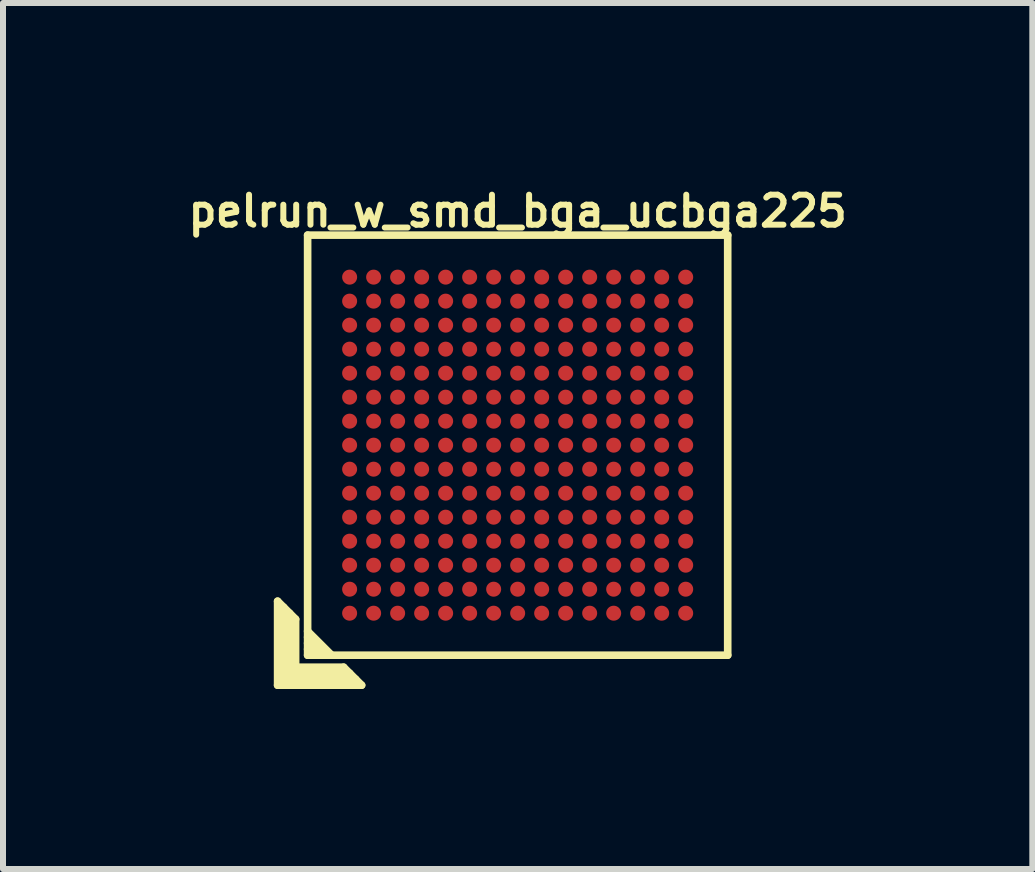
<source format=kicad_pcb>
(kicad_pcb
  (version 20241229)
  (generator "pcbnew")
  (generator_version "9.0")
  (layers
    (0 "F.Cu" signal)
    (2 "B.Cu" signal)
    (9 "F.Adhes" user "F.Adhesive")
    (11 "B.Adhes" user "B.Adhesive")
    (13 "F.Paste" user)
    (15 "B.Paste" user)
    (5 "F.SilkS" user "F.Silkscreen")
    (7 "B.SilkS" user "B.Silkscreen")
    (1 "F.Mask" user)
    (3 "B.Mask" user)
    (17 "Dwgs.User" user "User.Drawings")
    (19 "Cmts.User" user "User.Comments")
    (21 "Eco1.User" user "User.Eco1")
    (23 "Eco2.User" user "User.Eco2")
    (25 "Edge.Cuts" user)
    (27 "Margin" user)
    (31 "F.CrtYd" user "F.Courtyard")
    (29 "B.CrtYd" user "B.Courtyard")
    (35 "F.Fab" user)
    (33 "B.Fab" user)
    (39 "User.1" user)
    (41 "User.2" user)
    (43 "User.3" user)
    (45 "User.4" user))
  (footprint "pelrun_w_smd_bga_ucbga225"
    (layer "F.Cu")
    (at 5.576 4.368)
    (property "Reference" "pelrun_w_smd_bga_ucbga225" (at 0 -3.9 0) (layer "F.SilkS") (effects (font (size 0.5 0.5) (thickness 0.1))))
    (attr through_hole)
    (fp_line (start -4 2.6) (end -3.7 2.9) (stroke (width 0.127) (type solid)) (layer "F.SilkS"))
    (fp_line (start -4 4) (end -4 2.6) (stroke (width 0.127) (type solid)) (layer "F.SilkS"))
    (fp_line (start -3.9 3.9) (end -3.9 2.7) (stroke (width 0.127) (type solid)) (layer "F.SilkS"))
    (fp_line (start -3.8 2.8) (end -3.8 3.8) (stroke (width 0.127) (type solid)) (layer "F.SilkS"))
    (fp_line (start -3.8 3.8) (end -2.8 3.8) (stroke (width 0.127) (type solid)) (layer "F.SilkS"))
    (fp_line (start -3.7 2.9) (end -3.7 3.7) (stroke (width 0.127) (type solid)) (layer "F.SilkS"))
    (fp_line (start -3.7 3.7) (end -2.9 3.7) (stroke (width 0.127) (type solid)) (layer "F.SilkS"))
    (fp_line (start -3.5 -3.5) (end 3.5 -3.5) (stroke (width 0.127) (type solid)) (layer "F.SilkS"))
    (fp_line (start -3.5 3.1) (end -3.1 3.5) (stroke (width 0.127) (type solid)) (layer "F.SilkS"))
    (fp_line (start -3.5 3.2) (end -3.2 3.5) (stroke (width 0.127) (type solid)) (layer "F.SilkS"))
    (fp_line (start -3.5 3.5) (end -3.5 -3.5) (stroke (width 0.127) (type solid)) (layer "F.SilkS"))
    (fp_line (start -3.4 3.5) (end -3.5 3.4) (stroke (width 0.127) (type solid)) (layer "F.SilkS"))
    (fp_line (start -3.3 3.5) (end -3.5 3.3) (stroke (width 0.127) (type solid)) (layer "F.SilkS"))
    (fp_line (start -2.9 3.7) (end -2.6 4) (stroke (width 0.127) (type solid)) (layer "F.SilkS"))
    (fp_line (start -2.7 3.9) (end -3.9 3.9) (stroke (width 0.127) (type solid)) (layer "F.SilkS"))
    (fp_line (start -2.6 4) (end -4 4) (stroke (width 0.127) (type solid)) (layer "F.SilkS"))
    (fp_line (start 3.5 -3.5) (end 3.5 3.5) (stroke (width 0.127) (type solid)) (layer "F.SilkS"))
    (fp_line (start 3.5 3.5) (end -3.5 3.5) (stroke (width 0.127) (type solid)) (layer "F.SilkS"))
    (pad "A1" smd circle (at -2.8 2.8) (size 0.25 0.25) (layers "F.Cu" "F.Mask" "F.Paste"))
    (pad "A2" smd circle (at -2.8 2.4) (size 0.25 0.25) (layers "F.Cu" "F.Mask" "F.Paste"))
    (pad "A3" smd circle (at -2.8 2) (size 0.25 0.25) (layers "F.Cu" "F.Mask" "F.Paste"))
    (pad "A4" smd circle (at -2.8 1.6) (size 0.25 0.25) (layers "F.Cu" "F.Mask" "F.Paste"))
    (pad "A5" smd circle (at -2.8 1.2) (size 0.25 0.25) (layers "F.Cu" "F.Mask" "F.Paste"))
    (pad "A6" smd circle (at -2.8 0.8) (size 0.25 0.25) (layers "F.Cu" "F.Mask" "F.Paste"))
    (pad "A7" smd circle (at -2.8 0.4) (size 0.25 0.25) (layers "F.Cu" "F.Mask" "F.Paste"))
    (pad "A8" smd circle (at -2.8 0) (size 0.25 0.25) (layers "F.Cu" "F.Mask" "F.Paste"))
    (pad "A9" smd circle (at -2.8 -0.4) (size 0.25 0.25) (layers "F.Cu" "F.Mask" "F.Paste"))
    (pad "A10" smd circle (at -2.8 -0.8) (size 0.25 0.25) (layers "F.Cu" "F.Mask" "F.Paste"))
    (pad "A11" smd circle (at -2.8 -1.2) (size 0.25 0.25) (layers "F.Cu" "F.Mask" "F.Paste"))
    (pad "A12" smd circle (at -2.8 -1.6) (size 0.25 0.25) (layers "F.Cu" "F.Mask" "F.Paste"))
    (pad "A13" smd circle (at -2.8 -2) (size 0.25 0.25) (layers "F.Cu" "F.Mask" "F.Paste"))
    (pad "A14" smd circle (at -2.8 -2.4) (size 0.25 0.25) (layers "F.Cu" "F.Mask" "F.Paste"))
    (pad "A15" smd circle (at -2.8 -2.8) (size 0.25 0.25) (layers "F.Cu" "F.Mask" "F.Paste"))
    (pad "B1" smd circle (at -2.4 2.8) (size 0.25 0.25) (layers "F.Cu" "F.Mask" "F.Paste"))
    (pad "B2" smd circle (at -2.4 2.4) (size 0.25 0.25) (layers "F.Cu" "F.Mask" "F.Paste"))
    (pad "B3" smd circle (at -2.4 2) (size 0.25 0.25) (layers "F.Cu" "F.Mask" "F.Paste"))
    (pad "B4" smd circle (at -2.4 1.6) (size 0.25 0.25) (layers "F.Cu" "F.Mask" "F.Paste"))
    (pad "B5" smd circle (at -2.4 1.2) (size 0.25 0.25) (layers "F.Cu" "F.Mask" "F.Paste"))
    (pad "B6" smd circle (at -2.4 0.8) (size 0.25 0.25) (layers "F.Cu" "F.Mask" "F.Paste"))
    (pad "B7" smd circle (at -2.4 0.4) (size 0.25 0.25) (layers "F.Cu" "F.Mask" "F.Paste"))
    (pad "B8" smd circle (at -2.4 0) (size 0.25 0.25) (layers "F.Cu" "F.Mask" "F.Paste"))
    (pad "B9" smd circle (at -2.4 -0.4) (size 0.25 0.25) (layers "F.Cu" "F.Mask" "F.Paste"))
    (pad "B10" smd circle (at -2.4 -0.8) (size 0.25 0.25) (layers "F.Cu" "F.Mask" "F.Paste"))
    (pad "B11" smd circle (at -2.4 -1.2) (size 0.25 0.25) (layers "F.Cu" "F.Mask" "F.Paste"))
    (pad "B12" smd circle (at -2.4 -1.6) (size 0.25 0.25) (layers "F.Cu" "F.Mask" "F.Paste"))
    (pad "B13" smd circle (at -2.4 -2) (size 0.25 0.25) (layers "F.Cu" "F.Mask" "F.Paste"))
    (pad "B14" smd circle (at -2.4 -2.4) (size 0.25 0.25) (layers "F.Cu" "F.Mask" "F.Paste"))
    (pad "B15" smd circle (at -2.4 -2.8) (size 0.25 0.25) (layers "F.Cu" "F.Mask" "F.Paste"))
    (pad "C1" smd circle (at -2 2.8) (size 0.25 0.25) (layers "F.Cu" "F.Mask" "F.Paste"))
    (pad "C2" smd circle (at -2 2.4) (size 0.25 0.25) (layers "F.Cu" "F.Mask" "F.Paste"))
    (pad "C3" smd circle (at -2 2) (size 0.25 0.25) (layers "F.Cu" "F.Mask" "F.Paste"))
    (pad "C4" smd circle (at -2 1.6) (size 0.25 0.25) (layers "F.Cu" "F.Mask" "F.Paste"))
    (pad "C5" smd circle (at -2 1.2) (size 0.25 0.25) (layers "F.Cu" "F.Mask" "F.Paste"))
    (pad "C6" smd circle (at -2 0.8) (size 0.25 0.25) (layers "F.Cu" "F.Mask" "F.Paste"))
    (pad "C7" smd circle (at -2 0.4) (size 0.25 0.25) (layers "F.Cu" "F.Mask" "F.Paste"))
    (pad "C8" smd circle (at -2 0) (size 0.25 0.25) (layers "F.Cu" "F.Mask" "F.Paste"))
    (pad "C9" smd circle (at -2 -0.4) (size 0.25 0.25) (layers "F.Cu" "F.Mask" "F.Paste"))
    (pad "C10" smd circle (at -2 -0.8) (size 0.25 0.25) (layers "F.Cu" "F.Mask" "F.Paste"))
    (pad "C11" smd circle (at -2 -1.2) (size 0.25 0.25) (layers "F.Cu" "F.Mask" "F.Paste"))
    (pad "C12" smd circle (at -2 -1.6) (size 0.25 0.25) (layers "F.Cu" "F.Mask" "F.Paste"))
    (pad "C13" smd circle (at -2 -2) (size 0.25 0.25) (layers "F.Cu" "F.Mask" "F.Paste"))
    (pad "C14" smd circle (at -2 -2.4) (size 0.25 0.25) (layers "F.Cu" "F.Mask" "F.Paste"))
    (pad "C15" smd circle (at -2 -2.8) (size 0.25 0.25) (layers "F.Cu" "F.Mask" "F.Paste"))
    (pad "D1" smd circle (at -1.6 2.8) (size 0.25 0.25) (layers "F.Cu" "F.Mask" "F.Paste"))
    (pad "D2" smd circle (at -1.6 2.4) (size 0.25 0.25) (layers "F.Cu" "F.Mask" "F.Paste"))
    (pad "D3" smd circle (at -1.6 2) (size 0.25 0.25) (layers "F.Cu" "F.Mask" "F.Paste"))
    (pad "D4" smd circle (at -1.6 1.6) (size 0.25 0.25) (layers "F.Cu" "F.Mask" "F.Paste"))
    (pad "D5" smd circle (at -1.6 1.2) (size 0.25 0.25) (layers "F.Cu" "F.Mask" "F.Paste"))
    (pad "D6" smd circle (at -1.6 0.8) (size 0.25 0.25) (layers "F.Cu" "F.Mask" "F.Paste"))
    (pad "D7" smd circle (at -1.6 0.4) (size 0.25 0.25) (layers "F.Cu" "F.Mask" "F.Paste"))
    (pad "D8" smd circle (at -1.6 0) (size 0.25 0.25) (layers "F.Cu" "F.Mask" "F.Paste"))
    (pad "D9" smd circle (at -1.6 -0.4) (size 0.25 0.25) (layers "F.Cu" "F.Mask" "F.Paste"))
    (pad "D10" smd circle (at -1.6 -0.8) (size 0.25 0.25) (layers "F.Cu" "F.Mask" "F.Paste"))
    (pad "D11" smd circle (at -1.6 -1.2) (size 0.25 0.25) (layers "F.Cu" "F.Mask" "F.Paste"))
    (pad "D12" smd circle (at -1.6 -1.6) (size 0.25 0.25) (layers "F.Cu" "F.Mask" "F.Paste"))
    (pad "D13" smd circle (at -1.6 -2) (size 0.25 0.25) (layers "F.Cu" "F.Mask" "F.Paste"))
    (pad "D14" smd circle (at -1.6 -2.4) (size 0.25 0.25) (layers "F.Cu" "F.Mask" "F.Paste"))
    (pad "D15" smd circle (at -1.6 -2.8) (size 0.25 0.25) (layers "F.Cu" "F.Mask" "F.Paste"))
    (pad "E1" smd circle (at -1.2 2.8) (size 0.25 0.25) (layers "F.Cu" "F.Mask" "F.Paste"))
    (pad "E2" smd circle (at -1.2 2.4) (size 0.25 0.25) (layers "F.Cu" "F.Mask" "F.Paste"))
    (pad "E3" smd circle (at -1.2 2) (size 0.25 0.25) (layers "F.Cu" "F.Mask" "F.Paste"))
    (pad "E4" smd circle (at -1.2 1.6) (size 0.25 0.25) (layers "F.Cu" "F.Mask" "F.Paste"))
    (pad "E5" smd circle (at -1.2 1.2) (size 0.25 0.25) (layers "F.Cu" "F.Mask" "F.Paste"))
    (pad "E6" smd circle (at -1.2 0.8) (size 0.25 0.25) (layers "F.Cu" "F.Mask" "F.Paste"))
    (pad "E7" smd circle (at -1.2 0.4) (size 0.25 0.25) (layers "F.Cu" "F.Mask" "F.Paste"))
    (pad "E8" smd circle (at -1.2 0) (size 0.25 0.25) (layers "F.Cu" "F.Mask" "F.Paste"))
    (pad "E9" smd circle (at -1.2 -0.4) (size 0.25 0.25) (layers "F.Cu" "F.Mask" "F.Paste"))
    (pad "E10" smd circle (at -1.2 -0.8) (size 0.25 0.25) (layers "F.Cu" "F.Mask" "F.Paste"))
    (pad "E11" smd circle (at -1.2 -1.2) (size 0.25 0.25) (layers "F.Cu" "F.Mask" "F.Paste"))
    (pad "E12" smd circle (at -1.2 -1.6) (size 0.25 0.25) (layers "F.Cu" "F.Mask" "F.Paste"))
    (pad "E13" smd circle (at -1.2 -2) (size 0.25 0.25) (layers "F.Cu" "F.Mask" "F.Paste"))
    (pad "E14" smd circle (at -1.2 -2.4) (size 0.25 0.25) (layers "F.Cu" "F.Mask" "F.Paste"))
    (pad "E15" smd circle (at -1.2 -2.8) (size 0.25 0.25) (layers "F.Cu" "F.Mask" "F.Paste"))
    (pad "F1" smd circle (at -0.8 2.8) (size 0.25 0.25) (layers "F.Cu" "F.Mask" "F.Paste"))
    (pad "F2" smd circle (at -0.8 2.4) (size 0.25 0.25) (layers "F.Cu" "F.Mask" "F.Paste"))
    (pad "F3" smd circle (at -0.8 2) (size 0.25 0.25) (layers "F.Cu" "F.Mask" "F.Paste"))
    (pad "F4" smd circle (at -0.8 1.6) (size 0.25 0.25) (layers "F.Cu" "F.Mask" "F.Paste"))
    (pad "F5" smd circle (at -0.8 1.2) (size 0.25 0.25) (layers "F.Cu" "F.Mask" "F.Paste"))
    (pad "F6" smd circle (at -0.8 0.8) (size 0.25 0.25) (layers "F.Cu" "F.Mask" "F.Paste"))
    (pad "F7" smd circle (at -0.8 0.4) (size 0.25 0.25) (layers "F.Cu" "F.Mask" "F.Paste"))
    (pad "F8" smd circle (at -0.8 0) (size 0.25 0.25) (layers "F.Cu" "F.Mask" "F.Paste"))
    (pad "F9" smd circle (at -0.8 -0.4) (size 0.25 0.25) (layers "F.Cu" "F.Mask" "F.Paste"))
    (pad "F10" smd circle (at -0.8 -0.8) (size 0.25 0.25) (layers "F.Cu" "F.Mask" "F.Paste"))
    (pad "F11" smd circle (at -0.8 -1.2) (size 0.25 0.25) (layers "F.Cu" "F.Mask" "F.Paste"))
    (pad "F12" smd circle (at -0.8 -1.6) (size 0.25 0.25) (layers "F.Cu" "F.Mask" "F.Paste"))
    (pad "F13" smd circle (at -0.8 -2) (size 0.25 0.25) (layers "F.Cu" "F.Mask" "F.Paste"))
    (pad "F14" smd circle (at -0.8 -2.4) (size 0.25 0.25) (layers "F.Cu" "F.Mask" "F.Paste"))
    (pad "F15" smd circle (at -0.8 -2.8) (size 0.25 0.25) (layers "F.Cu" "F.Mask" "F.Paste"))
    (pad "G1" smd circle (at -0.4 2.8) (size 0.25 0.25) (layers "F.Cu" "F.Mask" "F.Paste"))
    (pad "G2" smd circle (at -0.4 2.4) (size 0.25 0.25) (layers "F.Cu" "F.Mask" "F.Paste"))
    (pad "G3" smd circle (at -0.4 2) (size 0.25 0.25) (layers "F.Cu" "F.Mask" "F.Paste"))
    (pad "G4" smd circle (at -0.4 1.6) (size 0.25 0.25) (layers "F.Cu" "F.Mask" "F.Paste"))
    (pad "G5" smd circle (at -0.4 1.2) (size 0.25 0.25) (layers "F.Cu" "F.Mask" "F.Paste"))
    (pad "G6" smd circle (at -0.4 0.8) (size 0.25 0.25) (layers "F.Cu" "F.Mask" "F.Paste"))
    (pad "G7" smd circle (at -0.4 0.4) (size 0.25 0.25) (layers "F.Cu" "F.Mask" "F.Paste"))
    (pad "G8" smd circle (at -0.4 0) (size 0.25 0.25) (layers "F.Cu" "F.Mask" "F.Paste"))
    (pad "G9" smd circle (at -0.4 -0.4) (size 0.25 0.25) (layers "F.Cu" "F.Mask" "F.Paste"))
    (pad "G10" smd circle (at -0.4 -0.8) (size 0.25 0.25) (layers "F.Cu" "F.Mask" "F.Paste"))
    (pad "G11" smd circle (at -0.4 -1.2) (size 0.25 0.25) (layers "F.Cu" "F.Mask" "F.Paste"))
    (pad "G12" smd circle (at -0.4 -1.6) (size 0.25 0.25) (layers "F.Cu" "F.Mask" "F.Paste"))
    (pad "G13" smd circle (at -0.4 -2) (size 0.25 0.25) (layers "F.Cu" "F.Mask" "F.Paste"))
    (pad "G14" smd circle (at -0.4 -2.4) (size 0.25 0.25) (layers "F.Cu" "F.Mask" "F.Paste"))
    (pad "G15" smd circle (at -0.4 -2.8) (size 0.25 0.25) (layers "F.Cu" "F.Mask" "F.Paste"))
    (pad "H1" smd circle (at 0 2.8) (size 0.25 0.25) (layers "F.Cu" "F.Mask" "F.Paste"))
    (pad "H2" smd circle (at 0 2.4) (size 0.25 0.25) (layers "F.Cu" "F.Mask" "F.Paste"))
    (pad "H3" smd circle (at 0 2) (size 0.25 0.25) (layers "F.Cu" "F.Mask" "F.Paste"))
    (pad "H4" smd circle (at 0 1.6) (size 0.25 0.25) (layers "F.Cu" "F.Mask" "F.Paste"))
    (pad "H5" smd circle (at 0 1.2) (size 0.25 0.25) (layers "F.Cu" "F.Mask" "F.Paste"))
    (pad "H6" smd circle (at 0 0.8) (size 0.25 0.25) (layers "F.Cu" "F.Mask" "F.Paste"))
    (pad "H7" smd circle (at 0 0.4) (size 0.25 0.25) (layers "F.Cu" "F.Mask" "F.Paste"))
    (pad "H8" smd circle (at 0 0) (size 0.25 0.25) (layers "F.Cu" "F.Mask" "F.Paste"))
    (pad "H9" smd circle (at 0 -0.4) (size 0.25 0.25) (layers "F.Cu" "F.Mask" "F.Paste"))
    (pad "H10" smd circle (at 0 -0.8) (size 0.25 0.25) (layers "F.Cu" "F.Mask" "F.Paste"))
    (pad "H11" smd circle (at 0 -1.2) (size 0.25 0.25) (layers "F.Cu" "F.Mask" "F.Paste"))
    (pad "H12" smd circle (at 0 -1.6) (size 0.25 0.25) (layers "F.Cu" "F.Mask" "F.Paste"))
    (pad "H13" smd circle (at 0 -2) (size 0.25 0.25) (layers "F.Cu" "F.Mask" "F.Paste"))
    (pad "H14" smd circle (at 0 -2.4) (size 0.25 0.25) (layers "F.Cu" "F.Mask" "F.Paste"))
    (pad "H15" smd circle (at 0 -2.8) (size 0.25 0.25) (layers "F.Cu" "F.Mask" "F.Paste"))
    (pad "J1" smd circle (at 0.4 2.8) (size 0.25 0.25) (layers "F.Cu" "F.Mask" "F.Paste"))
    (pad "J2" smd circle (at 0.4 2.4) (size 0.25 0.25) (layers "F.Cu" "F.Mask" "F.Paste"))
    (pad "J3" smd circle (at 0.4 2) (size 0.25 0.25) (layers "F.Cu" "F.Mask" "F.Paste"))
    (pad "J4" smd circle (at 0.4 1.6) (size 0.25 0.25) (layers "F.Cu" "F.Mask" "F.Paste"))
    (pad "J5" smd circle (at 0.4 1.2) (size 0.25 0.25) (layers "F.Cu" "F.Mask" "F.Paste"))
    (pad "J6" smd circle (at 0.4 0.8) (size 0.25 0.25) (layers "F.Cu" "F.Mask" "F.Paste"))
    (pad "J7" smd circle (at 0.4 0.4) (size 0.25 0.25) (layers "F.Cu" "F.Mask" "F.Paste"))
    (pad "J8" smd circle (at 0.4 0) (size 0.25 0.25) (layers "F.Cu" "F.Mask" "F.Paste"))
    (pad "J9" smd circle (at 0.4 -0.4) (size 0.25 0.25) (layers "F.Cu" "F.Mask" "F.Paste"))
    (pad "J10" smd circle (at 0.4 -0.8) (size 0.25 0.25) (layers "F.Cu" "F.Mask" "F.Paste"))
    (pad "J11" smd circle (at 0.4 -1.2) (size 0.25 0.25) (layers "F.Cu" "F.Mask" "F.Paste"))
    (pad "J12" smd circle (at 0.4 -1.6) (size 0.25 0.25) (layers "F.Cu" "F.Mask" "F.Paste"))
    (pad "J13" smd circle (at 0.4 -2) (size 0.25 0.25) (layers "F.Cu" "F.Mask" "F.Paste"))
    (pad "J14" smd circle (at 0.4 -2.4) (size 0.25 0.25) (layers "F.Cu" "F.Mask" "F.Paste"))
    (pad "J15" smd circle (at 0.4 -2.8) (size 0.25 0.25) (layers "F.Cu" "F.Mask" "F.Paste"))
    (pad "K1" smd circle (at 0.8 2.8) (size 0.25 0.25) (layers "F.Cu" "F.Mask" "F.Paste"))
    (pad "K2" smd circle (at 0.8 2.4) (size 0.25 0.25) (layers "F.Cu" "F.Mask" "F.Paste"))
    (pad "K3" smd circle (at 0.8 2) (size 0.25 0.25) (layers "F.Cu" "F.Mask" "F.Paste"))
    (pad "K4" smd circle (at 0.8 1.6) (size 0.25 0.25) (layers "F.Cu" "F.Mask" "F.Paste"))
    (pad "K5" smd circle (at 0.8 1.2) (size 0.25 0.25) (layers "F.Cu" "F.Mask" "F.Paste"))
    (pad "K6" smd circle (at 0.8 0.8) (size 0.25 0.25) (layers "F.Cu" "F.Mask" "F.Paste"))
    (pad "K7" smd circle (at 0.8 0.4) (size 0.25 0.25) (layers "F.Cu" "F.Mask" "F.Paste"))
    (pad "K8" smd circle (at 0.8 0) (size 0.25 0.25) (layers "F.Cu" "F.Mask" "F.Paste"))
    (pad "K9" smd circle (at 0.8 -0.4) (size 0.25 0.25) (layers "F.Cu" "F.Mask" "F.Paste"))
    (pad "K10" smd circle (at 0.8 -0.8) (size 0.25 0.25) (layers "F.Cu" "F.Mask" "F.Paste"))
    (pad "K11" smd circle (at 0.8 -1.2) (size 0.25 0.25) (layers "F.Cu" "F.Mask" "F.Paste"))
    (pad "K12" smd circle (at 0.8 -1.6) (size 0.25 0.25) (layers "F.Cu" "F.Mask" "F.Paste"))
    (pad "K13" smd circle (at 0.8 -2) (size 0.25 0.25) (layers "F.Cu" "F.Mask" "F.Paste"))
    (pad "K14" smd circle (at 0.8 -2.4) (size 0.25 0.25) (layers "F.Cu" "F.Mask" "F.Paste"))
    (pad "K15" smd circle (at 0.8 -2.8) (size 0.25 0.25) (layers "F.Cu" "F.Mask" "F.Paste"))
    (pad "L1" smd circle (at 1.2 2.8) (size 0.25 0.25) (layers "F.Cu" "F.Mask" "F.Paste"))
    (pad "L2" smd circle (at 1.2 2.4) (size 0.25 0.25) (layers "F.Cu" "F.Mask" "F.Paste"))
    (pad "L3" smd circle (at 1.2 2) (size 0.25 0.25) (layers "F.Cu" "F.Mask" "F.Paste"))
    (pad "L4" smd circle (at 1.2 1.6) (size 0.25 0.25) (layers "F.Cu" "F.Mask" "F.Paste"))
    (pad "L5" smd circle (at 1.2 1.2) (size 0.25 0.25) (layers "F.Cu" "F.Mask" "F.Paste"))
    (pad "L6" smd circle (at 1.2 0.8) (size 0.25 0.25) (layers "F.Cu" "F.Mask" "F.Paste"))
    (pad "L7" smd circle (at 1.2 0.4) (size 0.25 0.25) (layers "F.Cu" "F.Mask" "F.Paste"))
    (pad "L8" smd circle (at 1.2 0) (size 0.25 0.25) (layers "F.Cu" "F.Mask" "F.Paste"))
    (pad "L9" smd circle (at 1.2 -0.4) (size 0.25 0.25) (layers "F.Cu" "F.Mask" "F.Paste"))
    (pad "L10" smd circle (at 1.2 -0.8) (size 0.25 0.25) (layers "F.Cu" "F.Mask" "F.Paste"))
    (pad "L11" smd circle (at 1.2 -1.2) (size 0.25 0.25) (layers "F.Cu" "F.Mask" "F.Paste"))
    (pad "L12" smd circle (at 1.2 -1.6) (size 0.25 0.25) (layers "F.Cu" "F.Mask" "F.Paste"))
    (pad "L13" smd circle (at 1.2 -2) (size 0.25 0.25) (layers "F.Cu" "F.Mask" "F.Paste"))
    (pad "L14" smd circle (at 1.2 -2.4) (size 0.25 0.25) (layers "F.Cu" "F.Mask" "F.Paste"))
    (pad "L15" smd circle (at 1.2 -2.8) (size 0.25 0.25) (layers "F.Cu" "F.Mask" "F.Paste"))
    (pad "M1" smd circle (at 1.6 2.8) (size 0.25 0.25) (layers "F.Cu" "F.Mask" "F.Paste"))
    (pad "M2" smd circle (at 1.6 2.4) (size 0.25 0.25) (layers "F.Cu" "F.Mask" "F.Paste"))
    (pad "M3" smd circle (at 1.6 2) (size 0.25 0.25) (layers "F.Cu" "F.Mask" "F.Paste"))
    (pad "M4" smd circle (at 1.6 1.6) (size 0.25 0.25) (layers "F.Cu" "F.Mask" "F.Paste"))
    (pad "M5" smd circle (at 1.6 1.2) (size 0.25 0.25) (layers "F.Cu" "F.Mask" "F.Paste"))
    (pad "M6" smd circle (at 1.6 0.8) (size 0.25 0.25) (layers "F.Cu" "F.Mask" "F.Paste"))
    (pad "M7" smd circle (at 1.6 0.4) (size 0.25 0.25) (layers "F.Cu" "F.Mask" "F.Paste"))
    (pad "M8" smd circle (at 1.6 0) (size 0.25 0.25) (layers "F.Cu" "F.Mask" "F.Paste"))
    (pad "M9" smd circle (at 1.6 -0.4) (size 0.25 0.25) (layers "F.Cu" "F.Mask" "F.Paste"))
    (pad "M10" smd circle (at 1.6 -0.8) (size 0.25 0.25) (layers "F.Cu" "F.Mask" "F.Paste"))
    (pad "M11" smd circle (at 1.6 -1.2) (size 0.25 0.25) (layers "F.Cu" "F.Mask" "F.Paste"))
    (pad "M12" smd circle (at 1.6 -1.6) (size 0.25 0.25) (layers "F.Cu" "F.Mask" "F.Paste"))
    (pad "M13" smd circle (at 1.6 -2) (size 0.25 0.25) (layers "F.Cu" "F.Mask" "F.Paste"))
    (pad "M14" smd circle (at 1.6 -2.4) (size 0.25 0.25) (layers "F.Cu" "F.Mask" "F.Paste"))
    (pad "M15" smd circle (at 1.6 -2.8) (size 0.25 0.25) (layers "F.Cu" "F.Mask" "F.Paste"))
    (pad "N1" smd circle (at 2 2.8) (size 0.25 0.25) (layers "F.Cu" "F.Mask" "F.Paste"))
    (pad "N2" smd circle (at 2 2.4) (size 0.25 0.25) (layers "F.Cu" "F.Mask" "F.Paste"))
    (pad "N3" smd circle (at 2 2) (size 0.25 0.25) (layers "F.Cu" "F.Mask" "F.Paste"))
    (pad "N4" smd circle (at 2 1.6) (size 0.25 0.25) (layers "F.Cu" "F.Mask" "F.Paste"))
    (pad "N5" smd circle (at 2 1.2) (size 0.25 0.25) (layers "F.Cu" "F.Mask" "F.Paste"))
    (pad "N6" smd circle (at 2 0.8) (size 0.25 0.25) (layers "F.Cu" "F.Mask" "F.Paste"))
    (pad "N7" smd circle (at 2 0.4) (size 0.25 0.25) (layers "F.Cu" "F.Mask" "F.Paste"))
    (pad "N8" smd circle (at 2 0) (size 0.25 0.25) (layers "F.Cu" "F.Mask" "F.Paste"))
    (pad "N9" smd circle (at 2 -0.4) (size 0.25 0.25) (layers "F.Cu" "F.Mask" "F.Paste"))
    (pad "N10" smd circle (at 2 -0.8) (size 0.25 0.25) (layers "F.Cu" "F.Mask" "F.Paste"))
    (pad "N11" smd circle (at 2 -1.2) (size 0.25 0.25) (layers "F.Cu" "F.Mask" "F.Paste"))
    (pad "N12" smd circle (at 2 -1.6) (size 0.25 0.25) (layers "F.Cu" "F.Mask" "F.Paste"))
    (pad "N13" smd circle (at 2 -2) (size 0.25 0.25) (layers "F.Cu" "F.Mask" "F.Paste"))
    (pad "N14" smd circle (at 2 -2.4) (size 0.25 0.25) (layers "F.Cu" "F.Mask" "F.Paste"))
    (pad "N15" smd circle (at 2 -2.8) (size 0.25 0.25) (layers "F.Cu" "F.Mask" "F.Paste"))
    (pad "P1" smd circle (at 2.4 2.8) (size 0.25 0.25) (layers "F.Cu" "F.Mask" "F.Paste"))
    (pad "P2" smd circle (at 2.4 2.4) (size 0.25 0.25) (layers "F.Cu" "F.Mask" "F.Paste"))
    (pad "P3" smd circle (at 2.4 2) (size 0.25 0.25) (layers "F.Cu" "F.Mask" "F.Paste"))
    (pad "P4" smd circle (at 2.4 1.6) (size 0.25 0.25) (layers "F.Cu" "F.Mask" "F.Paste"))
    (pad "P5" smd circle (at 2.4 1.2) (size 0.25 0.25) (layers "F.Cu" "F.Mask" "F.Paste"))
    (pad "P6" smd circle (at 2.4 0.8) (size 0.25 0.25) (layers "F.Cu" "F.Mask" "F.Paste"))
    (pad "P7" smd circle (at 2.4 0.4) (size 0.25 0.25) (layers "F.Cu" "F.Mask" "F.Paste"))
    (pad "P8" smd circle (at 2.4 0) (size 0.25 0.25) (layers "F.Cu" "F.Mask" "F.Paste"))
    (pad "P9" smd circle (at 2.4 -0.4) (size 0.25 0.25) (layers "F.Cu" "F.Mask" "F.Paste"))
    (pad "P10" smd circle (at 2.4 -0.8) (size 0.25 0.25) (layers "F.Cu" "F.Mask" "F.Paste"))
    (pad "P11" smd circle (at 2.4 -1.2) (size 0.25 0.25) (layers "F.Cu" "F.Mask" "F.Paste"))
    (pad "P12" smd circle (at 2.4 -1.6) (size 0.25 0.25) (layers "F.Cu" "F.Mask" "F.Paste"))
    (pad "P13" smd circle (at 2.4 -2) (size 0.25 0.25) (layers "F.Cu" "F.Mask" "F.Paste"))
    (pad "P14" smd circle (at 2.4 -2.4) (size 0.25 0.25) (layers "F.Cu" "F.Mask" "F.Paste"))
    (pad "P15" smd circle (at 2.4 -2.8) (size 0.25 0.25) (layers "F.Cu" "F.Mask" "F.Paste"))
    (pad "R1" smd circle (at 2.8 2.8) (size 0.25 0.25) (layers "F.Cu" "F.Mask" "F.Paste"))
    (pad "R2" smd circle (at 2.8 2.4) (size 0.25 0.25) (layers "F.Cu" "F.Mask" "F.Paste"))
    (pad "R3" smd circle (at 2.8 2) (size 0.25 0.25) (layers "F.Cu" "F.Mask" "F.Paste"))
    (pad "R4" smd circle (at 2.8 1.6) (size 0.25 0.25) (layers "F.Cu" "F.Mask" "F.Paste"))
    (pad "R5" smd circle (at 2.8 1.2) (size 0.25 0.25) (layers "F.Cu" "F.Mask" "F.Paste"))
    (pad "R6" smd circle (at 2.8 0.8) (size 0.25 0.25) (layers "F.Cu" "F.Mask" "F.Paste"))
    (pad "R7" smd circle (at 2.8 0.4) (size 0.25 0.25) (layers "F.Cu" "F.Mask" "F.Paste"))
    (pad "R8" smd circle (at 2.8 0) (size 0.25 0.25) (layers "F.Cu" "F.Mask" "F.Paste"))
    (pad "R9" smd circle (at 2.8 -0.4) (size 0.25 0.25) (layers "F.Cu" "F.Mask" "F.Paste"))
    (pad "R10" smd circle (at 2.8 -0.8) (size 0.25 0.25) (layers "F.Cu" "F.Mask" "F.Paste"))
    (pad "R11" smd circle (at 2.8 -1.2) (size 0.25 0.25) (layers "F.Cu" "F.Mask" "F.Paste"))
    (pad "R12" smd circle (at 2.8 -1.6) (size 0.25 0.25) (layers "F.Cu" "F.Mask" "F.Paste"))
    (pad "R13" smd circle (at 2.8 -2) (size 0.25 0.25) (layers "F.Cu" "F.Mask" "F.Paste"))
    (pad "R14" smd circle (at 2.8 -2.4) (size 0.25 0.25) (layers "F.Cu" "F.Mask" "F.Paste"))
    (pad "R15" smd circle (at 2.8 -2.8) (size 0.25 0.25) (layers "F.Cu" "F.Mask" "F.Paste")))
  (gr_rect
    (start -3 -3)
    (end 14.152 11.431)
    (stroke (width 0.1) (type default))
    (fill no)
    (layer "Edge.Cuts")))
</source>
